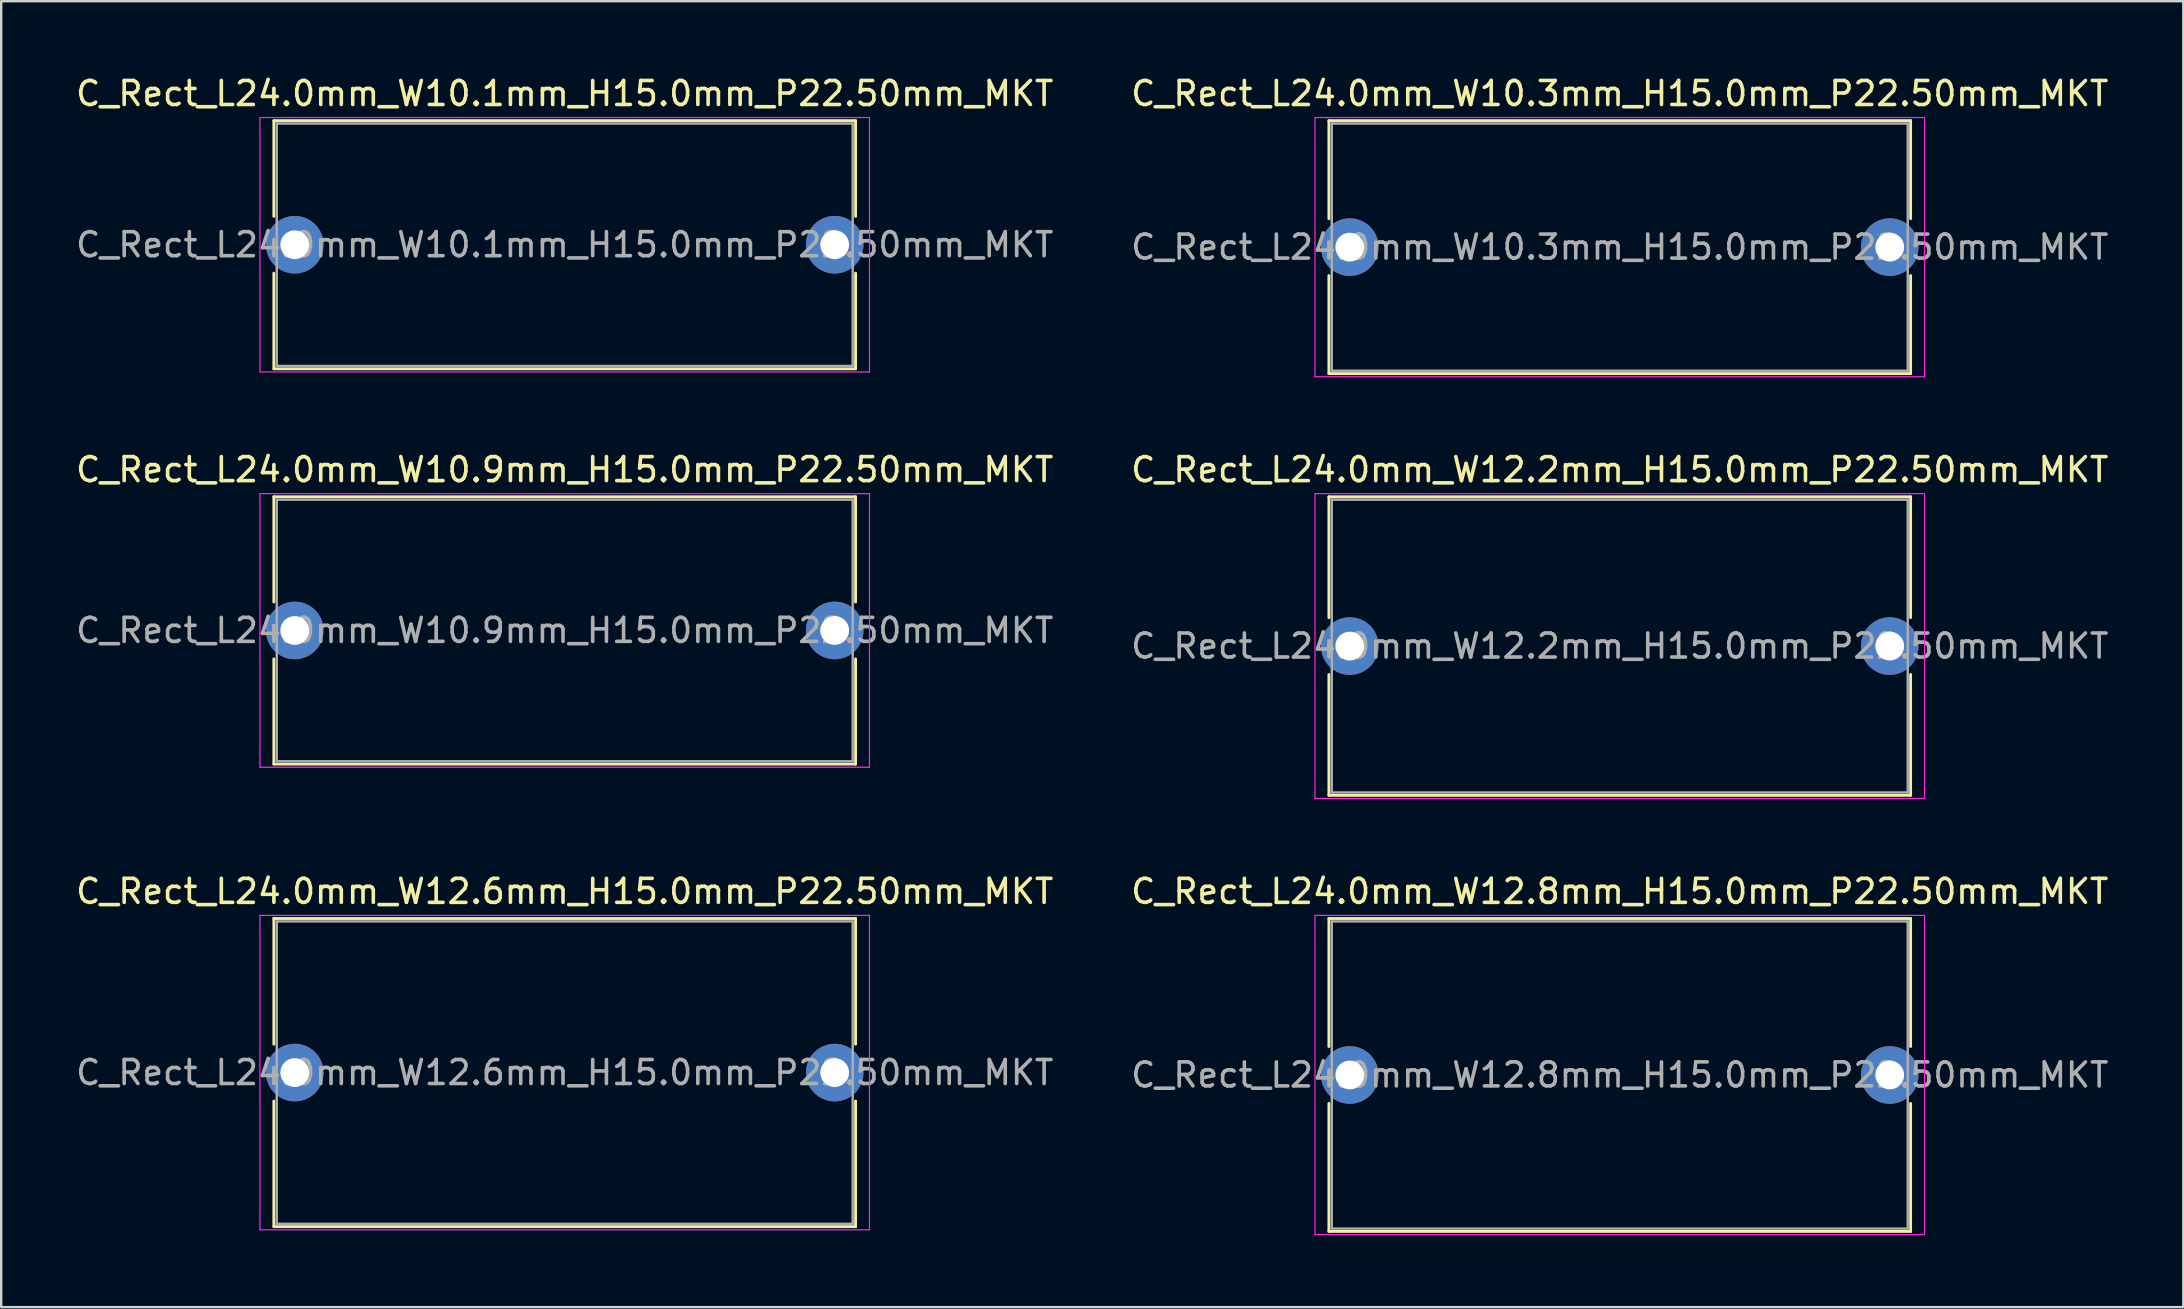
<source format=kicad_pcb>
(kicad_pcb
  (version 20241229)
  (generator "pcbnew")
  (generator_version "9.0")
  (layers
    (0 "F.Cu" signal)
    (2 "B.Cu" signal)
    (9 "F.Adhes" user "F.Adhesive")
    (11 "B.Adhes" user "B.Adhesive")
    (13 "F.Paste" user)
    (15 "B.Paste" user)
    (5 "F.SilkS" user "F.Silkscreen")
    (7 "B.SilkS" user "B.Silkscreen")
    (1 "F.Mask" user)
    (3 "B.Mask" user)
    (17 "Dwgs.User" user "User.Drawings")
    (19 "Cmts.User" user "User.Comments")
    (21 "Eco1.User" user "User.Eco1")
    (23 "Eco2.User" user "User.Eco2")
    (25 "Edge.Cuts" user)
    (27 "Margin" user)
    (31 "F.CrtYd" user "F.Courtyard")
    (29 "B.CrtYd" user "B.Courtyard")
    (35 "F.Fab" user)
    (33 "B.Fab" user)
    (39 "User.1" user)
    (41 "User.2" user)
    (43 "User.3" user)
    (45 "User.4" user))
  (footprint "C_Rect_L24.0mm_W10.3mm_H15.0mm_P22.50mm_MKT"
    (layer "F.Cu")
    (at 53.196 7.248)
    (property "Reference" "C_Rect_L24.0mm_W10.3mm_H15.0mm_P22.50mm_MKT" (at 11.25 -6.4 0) (layer "F.SilkS") (effects (font (size 1 1) (thickness 0.15))))
    (attr through_hole)
    (fp_line (start -0.87 -5.27) (end -0.87 -1.185) (stroke (width 0.12) (type solid)) (layer "F.SilkS"))
    (fp_line (start -0.87 -5.27) (end 23.37 -5.27) (stroke (width 0.12) (type solid)) (layer "F.SilkS"))
    (fp_line (start -0.87 1.185) (end -0.87 5.27) (stroke (width 0.12) (type solid)) (layer "F.SilkS"))
    (fp_line (start -0.87 5.27) (end 23.37 5.27) (stroke (width 0.12) (type solid)) (layer "F.SilkS"))
    (fp_line (start 23.37 -5.27) (end 23.37 -1.185) (stroke (width 0.12) (type solid)) (layer "F.SilkS"))
    (fp_line (start 23.37 1.185) (end 23.37 5.27) (stroke (width 0.12) (type solid)) (layer "F.SilkS"))
    (fp_line (start -1.45 -5.4) (end -1.45 5.4) (stroke (width 0.05) (type solid)) (layer "F.CrtYd"))
    (fp_line (start -1.45 5.4) (end 23.95 5.4) (stroke (width 0.05) (type solid)) (layer "F.CrtYd"))
    (fp_line (start 23.95 -5.4) (end -1.45 -5.4) (stroke (width 0.05) (type solid)) (layer "F.CrtYd"))
    (fp_line (start 23.95 5.4) (end 23.95 -5.4) (stroke (width 0.05) (type solid)) (layer "F.CrtYd"))
    (fp_line (start -0.75 -5.15) (end -0.75 5.15) (stroke (width 0.1) (type solid)) (layer "F.Fab"))
    (fp_line (start -0.75 5.15) (end 23.25 5.15) (stroke (width 0.1) (type solid)) (layer "F.Fab"))
    (fp_line (start 23.25 -5.15) (end -0.75 -5.15) (stroke (width 0.1) (type solid)) (layer "F.Fab"))
    (fp_line (start 23.25 5.15) (end 23.25 -5.15) (stroke (width 0.1) (type solid)) (layer "F.Fab"))
    (fp_text user "${REFERENCE}" (at 11.25 0 0) (layer "F.Fab") (effects (font (size 1 1) (thickness 0.15))))
    (pad "1" thru_hole circle (at 0 0) (size 2.4 2.4) (drill 1.2) (layers "*.Cu" "*.Mask"))
    (pad "2" thru_hole circle (at 22.5 0) (size 2.4 2.4) (drill 1.2) (layers "*.Cu" "*.Mask")))
  (footprint "C_Rect_L24.0mm_W12.2mm_H15.0mm_P22.50mm_MKT"
    (layer "F.Cu")
    (at 53.196 23.872)
    (property "Reference" "C_Rect_L24.0mm_W12.2mm_H15.0mm_P22.50mm_MKT" (at 11.25 -7.35 0) (layer "F.SilkS") (effects (font (size 1 1) (thickness 0.15))))
    (attr through_hole)
    (fp_line (start -0.87 -6.22) (end -0.87 -1.185) (stroke (width 0.12) (type solid)) (layer "F.SilkS"))
    (fp_line (start -0.87 -6.22) (end 23.37 -6.22) (stroke (width 0.12) (type solid)) (layer "F.SilkS"))
    (fp_line (start -0.87 1.185) (end -0.87 6.22) (stroke (width 0.12) (type solid)) (layer "F.SilkS"))
    (fp_line (start -0.87 6.22) (end 23.37 6.22) (stroke (width 0.12) (type solid)) (layer "F.SilkS"))
    (fp_line (start 23.37 -6.22) (end 23.37 -1.185) (stroke (width 0.12) (type solid)) (layer "F.SilkS"))
    (fp_line (start 23.37 1.185) (end 23.37 6.22) (stroke (width 0.12) (type solid)) (layer "F.SilkS"))
    (fp_line (start -1.45 -6.35) (end -1.45 6.35) (stroke (width 0.05) (type solid)) (layer "F.CrtYd"))
    (fp_line (start -1.45 6.35) (end 23.95 6.35) (stroke (width 0.05) (type solid)) (layer "F.CrtYd"))
    (fp_line (start 23.95 -6.35) (end -1.45 -6.35) (stroke (width 0.05) (type solid)) (layer "F.CrtYd"))
    (fp_line (start 23.95 6.35) (end 23.95 -6.35) (stroke (width 0.05) (type solid)) (layer "F.CrtYd"))
    (fp_line (start -0.75 -6.1) (end -0.75 6.1) (stroke (width 0.1) (type solid)) (layer "F.Fab"))
    (fp_line (start -0.75 6.1) (end 23.25 6.1) (stroke (width 0.1) (type solid)) (layer "F.Fab"))
    (fp_line (start 23.25 -6.1) (end -0.75 -6.1) (stroke (width 0.1) (type solid)) (layer "F.Fab"))
    (fp_line (start 23.25 6.1) (end 23.25 -6.1) (stroke (width 0.1) (type solid)) (layer "F.Fab"))
    (fp_text user "${REFERENCE}" (at 11.25 0 0) (layer "F.Fab") (effects (font (size 1 1) (thickness 0.15))))
    (pad "1" thru_hole circle (at 0 0) (size 2.4 2.4) (drill 1.2) (layers "*.Cu" "*.Mask"))
    (pad "2" thru_hole circle (at 22.5 0) (size 2.4 2.4) (drill 1.2) (layers "*.Cu" "*.Mask")))
  (footprint "C_Rect_L24.0mm_W10.1mm_H15.0mm_P22.50mm_MKT"
    (layer "F.Cu")
    (at 9.232 7.148)
    (property "Reference" "C_Rect_L24.0mm_W10.1mm_H15.0mm_P22.50mm_MKT" (at 11.25 -6.3 0) (layer "F.SilkS") (effects (font (size 1 1) (thickness 0.15))))
    (attr through_hole)
    (fp_line (start -0.87 -5.17) (end -0.87 -1.185) (stroke (width 0.12) (type solid)) (layer "F.SilkS"))
    (fp_line (start -0.87 -5.17) (end 23.37 -5.17) (stroke (width 0.12) (type solid)) (layer "F.SilkS"))
    (fp_line (start -0.87 1.185) (end -0.87 5.17) (stroke (width 0.12) (type solid)) (layer "F.SilkS"))
    (fp_line (start -0.87 5.17) (end 23.37 5.17) (stroke (width 0.12) (type solid)) (layer "F.SilkS"))
    (fp_line (start 23.37 -5.17) (end 23.37 -1.185) (stroke (width 0.12) (type solid)) (layer "F.SilkS"))
    (fp_line (start 23.37 1.185) (end 23.37 5.17) (stroke (width 0.12) (type solid)) (layer "F.SilkS"))
    (fp_line (start -1.45 -5.3) (end -1.45 5.3) (stroke (width 0.05) (type solid)) (layer "F.CrtYd"))
    (fp_line (start -1.45 5.3) (end 23.95 5.3) (stroke (width 0.05) (type solid)) (layer "F.CrtYd"))
    (fp_line (start 23.95 -5.3) (end -1.45 -5.3) (stroke (width 0.05) (type solid)) (layer "F.CrtYd"))
    (fp_line (start 23.95 5.3) (end 23.95 -5.3) (stroke (width 0.05) (type solid)) (layer "F.CrtYd"))
    (fp_line (start -0.75 -5.05) (end -0.75 5.05) (stroke (width 0.1) (type solid)) (layer "F.Fab"))
    (fp_line (start -0.75 5.05) (end 23.25 5.05) (stroke (width 0.1) (type solid)) (layer "F.Fab"))
    (fp_line (start 23.25 -5.05) (end -0.75 -5.05) (stroke (width 0.1) (type solid)) (layer "F.Fab"))
    (fp_line (start 23.25 5.05) (end 23.25 -5.05) (stroke (width 0.1) (type solid)) (layer "F.Fab"))
    (fp_text user "${REFERENCE}" (at 11.25 0 0) (layer "F.Fab") (effects (font (size 1 1) (thickness 0.15))))
    (pad "1" thru_hole circle (at 0 0) (size 2.4 2.4) (drill 1.2) (layers "*.Cu" "*.Mask"))
    (pad "2" thru_hole circle (at 22.5 0) (size 2.4 2.4) (drill 1.2) (layers "*.Cu" "*.Mask")))
  (footprint "C_Rect_L24.0mm_W12.8mm_H15.0mm_P22.50mm_MKT"
    (layer "F.Cu")
    (at 53.196 41.745)
    (property "Reference" "C_Rect_L24.0mm_W12.8mm_H15.0mm_P22.50mm_MKT" (at 11.25 -7.65 0) (layer "F.SilkS") (effects (font (size 1 1) (thickness 0.15))))
    (attr through_hole)
    (fp_line (start -0.87 -6.52) (end -0.87 -1.185) (stroke (width 0.12) (type solid)) (layer "F.SilkS"))
    (fp_line (start -0.87 -6.52) (end 23.37 -6.52) (stroke (width 0.12) (type solid)) (layer "F.SilkS"))
    (fp_line (start -0.87 1.185) (end -0.87 6.52) (stroke (width 0.12) (type solid)) (layer "F.SilkS"))
    (fp_line (start -0.87 6.52) (end 23.37 6.52) (stroke (width 0.12) (type solid)) (layer "F.SilkS"))
    (fp_line (start 23.37 -6.52) (end 23.37 -1.185) (stroke (width 0.12) (type solid)) (layer "F.SilkS"))
    (fp_line (start 23.37 1.185) (end 23.37 6.52) (stroke (width 0.12) (type solid)) (layer "F.SilkS"))
    (fp_line (start -1.45 -6.65) (end -1.45 6.65) (stroke (width 0.05) (type solid)) (layer "F.CrtYd"))
    (fp_line (start -1.45 6.65) (end 23.95 6.65) (stroke (width 0.05) (type solid)) (layer "F.CrtYd"))
    (fp_line (start 23.95 -6.65) (end -1.45 -6.65) (stroke (width 0.05) (type solid)) (layer "F.CrtYd"))
    (fp_line (start 23.95 6.65) (end 23.95 -6.65) (stroke (width 0.05) (type solid)) (layer "F.CrtYd"))
    (fp_line (start -0.75 -6.4) (end -0.75 6.4) (stroke (width 0.1) (type solid)) (layer "F.Fab"))
    (fp_line (start -0.75 6.4) (end 23.25 6.4) (stroke (width 0.1) (type solid)) (layer "F.Fab"))
    (fp_line (start 23.25 -6.4) (end -0.75 -6.4) (stroke (width 0.1) (type solid)) (layer "F.Fab"))
    (fp_line (start 23.25 6.4) (end 23.25 -6.4) (stroke (width 0.1) (type solid)) (layer "F.Fab"))
    (fp_text user "${REFERENCE}" (at 11.25 0 0) (layer "F.Fab") (effects (font (size 1 1) (thickness 0.15))))
    (pad "1" thru_hole circle (at 0 0) (size 2.4 2.4) (drill 1.2) (layers "*.Cu" "*.Mask"))
    (pad "2" thru_hole circle (at 22.5 0) (size 2.4 2.4) (drill 1.2) (layers "*.Cu" "*.Mask")))
  (footprint "C_Rect_L24.0mm_W10.9mm_H15.0mm_P22.50mm_MKT"
    (layer "F.Cu")
    (at 9.232 23.221)
    (property "Reference" "C_Rect_L24.0mm_W10.9mm_H15.0mm_P22.50mm_MKT" (at 11.25 -6.7 0) (layer "F.SilkS") (effects (font (size 1 1) (thickness 0.15))))
    (attr through_hole)
    (fp_line (start -0.87 -5.57) (end -0.87 -1.185) (stroke (width 0.12) (type solid)) (layer "F.SilkS"))
    (fp_line (start -0.87 -5.57) (end 23.37 -5.57) (stroke (width 0.12) (type solid)) (layer "F.SilkS"))
    (fp_line (start -0.87 1.185) (end -0.87 5.57) (stroke (width 0.12) (type solid)) (layer "F.SilkS"))
    (fp_line (start -0.87 5.57) (end 23.37 5.57) (stroke (width 0.12) (type solid)) (layer "F.SilkS"))
    (fp_line (start 23.37 -5.57) (end 23.37 -1.185) (stroke (width 0.12) (type solid)) (layer "F.SilkS"))
    (fp_line (start 23.37 1.185) (end 23.37 5.57) (stroke (width 0.12) (type solid)) (layer "F.SilkS"))
    (fp_line (start -1.45 -5.7) (end -1.45 5.7) (stroke (width 0.05) (type solid)) (layer "F.CrtYd"))
    (fp_line (start -1.45 5.7) (end 23.95 5.7) (stroke (width 0.05) (type solid)) (layer "F.CrtYd"))
    (fp_line (start 23.95 -5.7) (end -1.45 -5.7) (stroke (width 0.05) (type solid)) (layer "F.CrtYd"))
    (fp_line (start 23.95 5.7) (end 23.95 -5.7) (stroke (width 0.05) (type solid)) (layer "F.CrtYd"))
    (fp_line (start -0.75 -5.45) (end -0.75 5.45) (stroke (width 0.1) (type solid)) (layer "F.Fab"))
    (fp_line (start -0.75 5.45) (end 23.25 5.45) (stroke (width 0.1) (type solid)) (layer "F.Fab"))
    (fp_line (start 23.25 -5.45) (end -0.75 -5.45) (stroke (width 0.1) (type solid)) (layer "F.Fab"))
    (fp_line (start 23.25 5.45) (end 23.25 -5.45) (stroke (width 0.1) (type solid)) (layer "F.Fab"))
    (fp_text user "${REFERENCE}" (at 11.25 0 0) (layer "F.Fab") (effects (font (size 1 1) (thickness 0.15))))
    (pad "1" thru_hole circle (at 0 0) (size 2.4 2.4) (drill 1.2) (layers "*.Cu" "*.Mask"))
    (pad "2" thru_hole circle (at 22.5 0) (size 2.4 2.4) (drill 1.2) (layers "*.Cu" "*.Mask")))
  (footprint "C_Rect_L24.0mm_W12.6mm_H15.0mm_P22.50mm_MKT"
    (layer "F.Cu")
    (at 9.232 41.645)
    (property "Reference" "C_Rect_L24.0mm_W12.6mm_H15.0mm_P22.50mm_MKT" (at 11.25 -7.55 0) (layer "F.SilkS") (effects (font (size 1 1) (thickness 0.15))))
    (attr through_hole)
    (fp_line (start -0.87 -6.42) (end -0.87 -1.185) (stroke (width 0.12) (type solid)) (layer "F.SilkS"))
    (fp_line (start -0.87 -6.42) (end 23.37 -6.42) (stroke (width 0.12) (type solid)) (layer "F.SilkS"))
    (fp_line (start -0.87 1.185) (end -0.87 6.42) (stroke (width 0.12) (type solid)) (layer "F.SilkS"))
    (fp_line (start -0.87 6.42) (end 23.37 6.42) (stroke (width 0.12) (type solid)) (layer "F.SilkS"))
    (fp_line (start 23.37 -6.42) (end 23.37 -1.185) (stroke (width 0.12) (type solid)) (layer "F.SilkS"))
    (fp_line (start 23.37 1.185) (end 23.37 6.42) (stroke (width 0.12) (type solid)) (layer "F.SilkS"))
    (fp_line (start -1.45 -6.55) (end -1.45 6.55) (stroke (width 0.05) (type solid)) (layer "F.CrtYd"))
    (fp_line (start -1.45 6.55) (end 23.95 6.55) (stroke (width 0.05) (type solid)) (layer "F.CrtYd"))
    (fp_line (start 23.95 -6.55) (end -1.45 -6.55) (stroke (width 0.05) (type solid)) (layer "F.CrtYd"))
    (fp_line (start 23.95 6.55) (end 23.95 -6.55) (stroke (width 0.05) (type solid)) (layer "F.CrtYd"))
    (fp_line (start -0.75 -6.3) (end -0.75 6.3) (stroke (width 0.1) (type solid)) (layer "F.Fab"))
    (fp_line (start -0.75 6.3) (end 23.25 6.3) (stroke (width 0.1) (type solid)) (layer "F.Fab"))
    (fp_line (start 23.25 -6.3) (end -0.75 -6.3) (stroke (width 0.1) (type solid)) (layer "F.Fab"))
    (fp_line (start 23.25 6.3) (end 23.25 -6.3) (stroke (width 0.1) (type solid)) (layer "F.Fab"))
    (fp_text user "${REFERENCE}" (at 11.25 0 0) (layer "F.Fab") (effects (font (size 1 1) (thickness 0.15))))
    (pad "1" thru_hole circle (at 0 0) (size 2.4 2.4) (drill 1.2) (layers "*.Cu" "*.Mask"))
    (pad "2" thru_hole circle (at 22.5 0) (size 2.4 2.4) (drill 1.2) (layers "*.Cu" "*.Mask")))
  (gr_rect
    (start -3 -3)
    (end 87.929 51.42)
    (stroke (width 0.1) (type default))
    (fill no)
    (layer "Edge.Cuts")))
</source>
